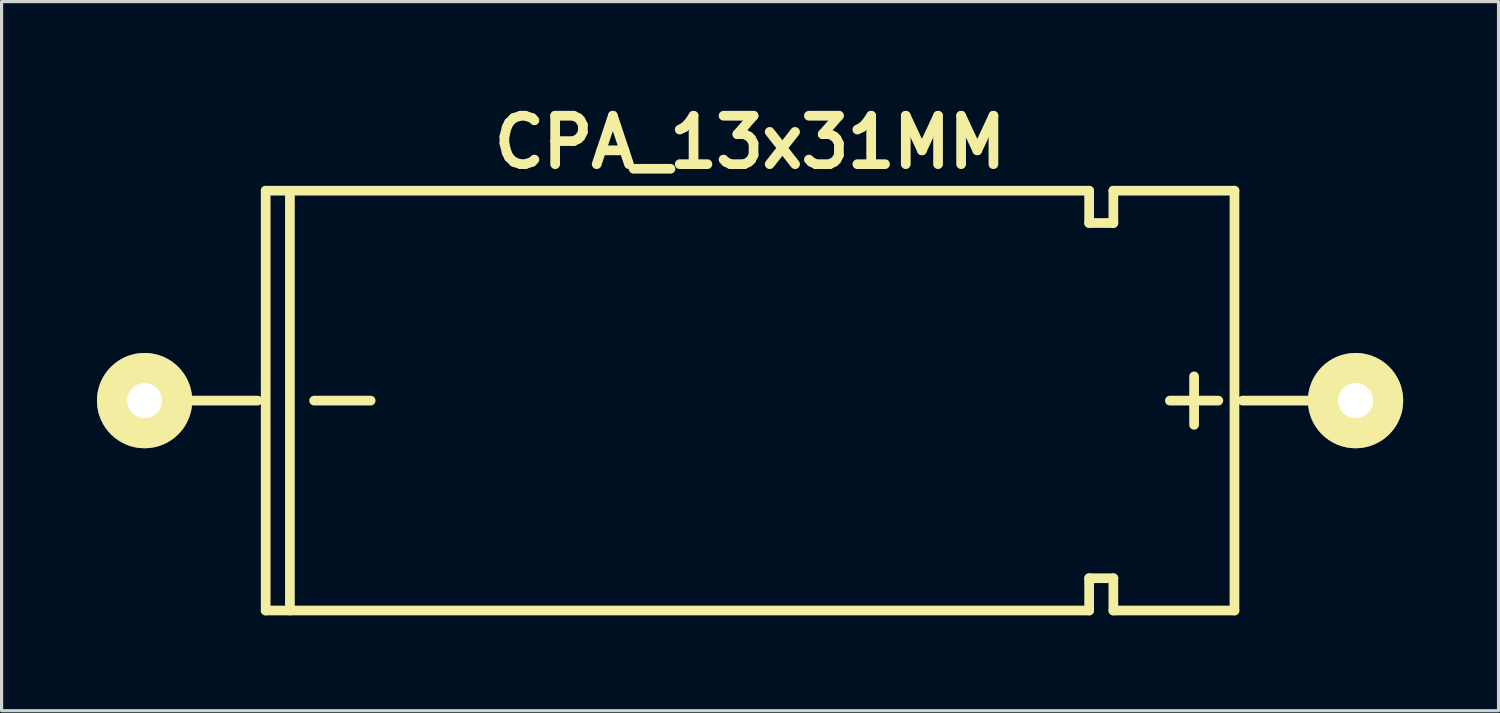
<source format=kicad_pcb>
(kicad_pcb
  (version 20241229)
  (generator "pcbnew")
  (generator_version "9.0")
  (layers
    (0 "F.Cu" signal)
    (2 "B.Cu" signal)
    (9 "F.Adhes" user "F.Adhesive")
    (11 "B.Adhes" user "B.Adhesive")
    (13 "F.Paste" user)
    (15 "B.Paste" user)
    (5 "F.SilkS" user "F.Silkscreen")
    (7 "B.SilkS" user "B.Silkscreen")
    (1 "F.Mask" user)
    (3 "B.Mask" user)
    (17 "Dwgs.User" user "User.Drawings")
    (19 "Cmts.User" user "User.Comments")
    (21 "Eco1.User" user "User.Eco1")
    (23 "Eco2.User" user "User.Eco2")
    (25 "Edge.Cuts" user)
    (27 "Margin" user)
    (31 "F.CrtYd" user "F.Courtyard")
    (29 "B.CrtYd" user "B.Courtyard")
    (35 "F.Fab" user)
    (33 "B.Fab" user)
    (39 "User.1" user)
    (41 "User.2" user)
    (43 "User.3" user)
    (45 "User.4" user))
  (footprint "CPA_13x31MM"
    (layer "F.Cu")
    (at 20.549 9.554)
    (property "Reference" "CPA_13x31MM" (at 0 -8.128 0) (layer "F.SilkS") (effects (font (size 1.524 1.524) (thickness 0.305))))
    (attr through_hole)
    (fp_line (start -15.494 0) (end -19.05 0) (stroke (width 0.305) (type solid)) (layer "F.SilkS"))
    (fp_line (start -15.24 -6.604) (end -15.24 6.604) (stroke (width 0.305) (type solid)) (layer "F.SilkS"))
    (fp_line (start -15.24 -6.604) (end 10.668 -6.604) (stroke (width 0.305) (type solid)) (layer "F.SilkS"))
    (fp_line (start -14.478 6.604) (end -14.478 -6.604) (stroke (width 0.305) (type solid)) (layer "F.SilkS"))
    (fp_line (start -13.716 0) (end -11.938 0) (stroke (width 0.305) (type solid)) (layer "F.SilkS"))
    (fp_line (start 10.668 -6.604) (end 10.668 -5.588) (stroke (width 0.305) (type solid)) (layer "F.SilkS"))
    (fp_line (start 10.668 -5.588) (end 11.43 -5.588) (stroke (width 0.305) (type solid)) (layer "F.SilkS"))
    (fp_line (start 10.668 5.588) (end 10.668 6.604) (stroke (width 0.305) (type solid)) (layer "F.SilkS"))
    (fp_line (start 10.668 6.604) (end -15.24 6.604) (stroke (width 0.305) (type solid)) (layer "F.SilkS"))
    (fp_line (start 11.43 -6.604) (end 15.24 -6.604) (stroke (width 0.305) (type solid)) (layer "F.SilkS"))
    (fp_line (start 11.43 -5.588) (end 11.43 -6.604) (stroke (width 0.305) (type solid)) (layer "F.SilkS"))
    (fp_line (start 11.43 5.588) (end 10.668 5.588) (stroke (width 0.305) (type solid)) (layer "F.SilkS"))
    (fp_line (start 11.43 6.604) (end 11.43 5.588) (stroke (width 0.305) (type solid)) (layer "F.SilkS"))
    (fp_line (start 13.97 0.762) (end 13.97 -0.762) (stroke (width 0.305) (type solid)) (layer "F.SilkS"))
    (fp_line (start 14.732 0) (end 13.208 0) (stroke (width 0.305) (type solid)) (layer "F.SilkS"))
    (fp_line (start 15.24 -6.604) (end 15.24 6.604) (stroke (width 0.305) (type solid)) (layer "F.SilkS"))
    (fp_line (start 15.24 6.604) (end 11.43 6.604) (stroke (width 0.305) (type solid)) (layer "F.SilkS"))
    (fp_line (start 15.494 0) (end 19.05 0) (stroke (width 0.305) (type solid)) (layer "F.SilkS"))
    (pad "1" thru_hole circle (at 19.05 0) (size 2.997 2.997) (drill 1.1) (layers "*.Cu" "*.Mask" "F.SilkS"))
    (pad "2" thru_hole circle (at -19.05 0) (size 2.997 2.997) (drill 1.1) (layers "*.Cu" "*.Mask" "F.SilkS")))
  (gr_rect
    (start -3 -3)
    (end 44.097 19.311)
    (stroke (width 0.1) (type default))
    (fill no)
    (layer "Edge.Cuts")))
</source>
